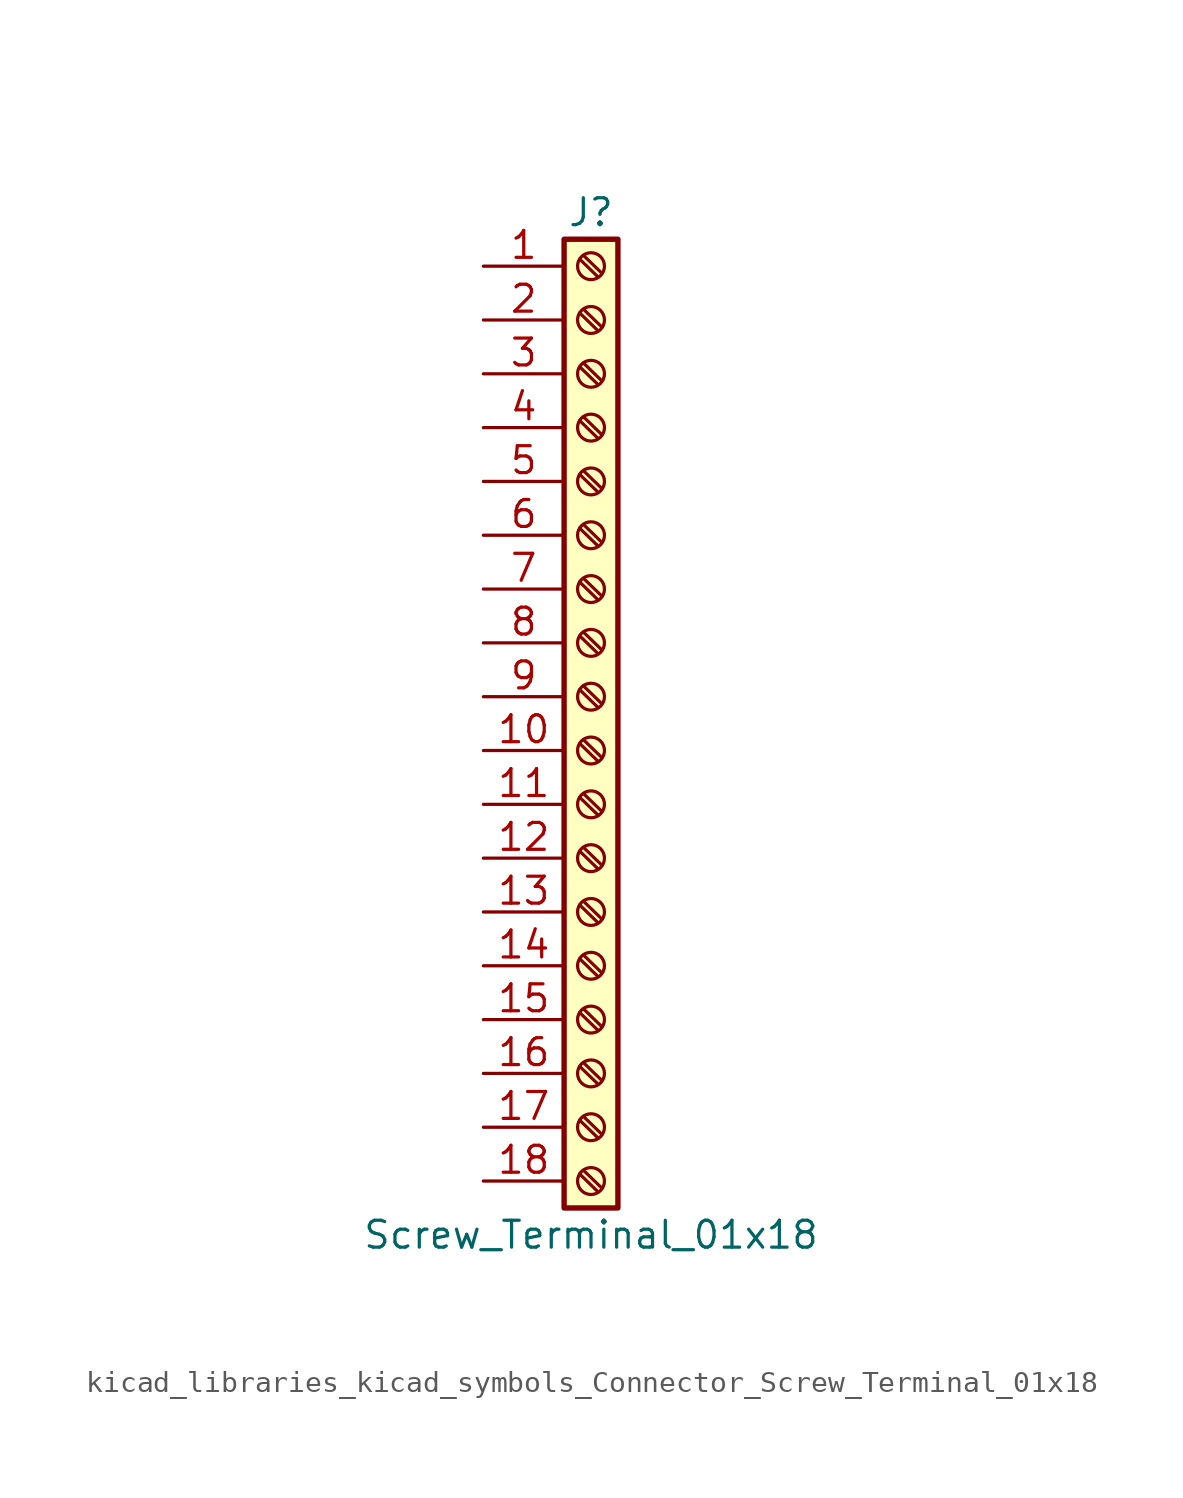
<source format=kicad_sym>
(kicad_symbol_lib
  (version 20220914)
  (generator kicad_symbol_editor)
  (symbol "kicad_libraries_kicad_symbols_Connector_Screw_Terminal_01x18"
    (pin_names
      (offset 1.016) hide)
    (property "Reference" "J"
      (at 0 22.86 0)
      (effects (font (size 1.27 1.27))))
    (property "Value" "Screw_Terminal_01x18"
      (at 0 -25.4 0)
      (effects (font (size 1.27 1.27))))
    (symbol "kicad_libraries_kicad_symbols_Connector_Screw_Terminal_01x18_1_1"
      (rectangle (start -1.27 21.59) (end 1.27 -24.13) (stroke (width 0.254) (type default)) (fill (type background)))
      (circle (center 0 -22.86) (radius 0.635) (stroke (width 0.152) (type default)) (fill (type none)))
      (circle (center 0 -20.32) (radius 0.635) (stroke (width 0.152) (type default)) (fill (type none)))
      (circle (center 0 -17.78) (radius 0.635) (stroke (width 0.152) (type default)) (fill (type none)))
      (circle (center 0 -15.24) (radius 0.635) (stroke (width 0.152) (type default)) (fill (type none)))
      (circle (center 0 -12.7) (radius 0.635) (stroke (width 0.152) (type default)) (fill (type none)))
      (circle (center 0 -10.16) (radius 0.635) (stroke (width 0.152) (type default)) (fill (type none)))
      (circle (center 0 -7.62) (radius 0.635) (stroke (width 0.152) (type default)) (fill (type none)))
      (circle (center 0 -5.08) (radius 0.635) (stroke (width 0.152) (type default)) (fill (type none)))
      (circle (center 0 -2.54) (radius 0.635) (stroke (width 0.152) (type default)) (fill (type none)))
      (polyline (pts (xy -0.533 -22.53) (xy 0.33 -23.368)) (stroke (width 0.152) (type default)) (fill (type none)))
      (polyline (pts (xy -0.533 -19.99) (xy 0.33 -20.828)) (stroke (width 0.152) (type default)) (fill (type none)))
      (polyline (pts (xy -0.533 -17.45) (xy 0.33 -18.288)) (stroke (width 0.152) (type default)) (fill (type none)))
      (polyline (pts (xy -0.533 -14.91) (xy 0.33 -15.748)) (stroke (width 0.152) (type default)) (fill (type none)))
      (polyline (pts (xy -0.533 -12.37) (xy 0.33 -13.208)) (stroke (width 0.152) (type default)) (fill (type none)))
      (polyline (pts (xy -0.533 -9.83) (xy 0.33 -10.668)) (stroke (width 0.152) (type default)) (fill (type none)))
      (polyline (pts (xy -0.533 -7.29) (xy 0.33 -8.128)) (stroke (width 0.152) (type default)) (fill (type none)))
      (polyline (pts (xy -0.533 -4.75) (xy 0.33 -5.588)) (stroke (width 0.152) (type default)) (fill (type none)))
      (polyline (pts (xy -0.533 -2.21) (xy 0.33 -3.048)) (stroke (width 0.152) (type default)) (fill (type none)))
      (polyline (pts (xy -0.533 0.33) (xy 0.33 -0.508)) (stroke (width 0.152) (type default)) (fill (type none)))
      (polyline (pts (xy -0.533 2.87) (xy 0.33 2.032)) (stroke (width 0.152) (type default)) (fill (type none)))
      (polyline (pts (xy -0.533 5.41) (xy 0.33 4.572)) (stroke (width 0.152) (type default)) (fill (type none)))
      (polyline (pts (xy -0.533 7.95) (xy 0.33 7.112)) (stroke (width 0.152) (type default)) (fill (type none)))
      (polyline (pts (xy -0.533 10.49) (xy 0.33 9.652)) (stroke (width 0.152) (type default)) (fill (type none)))
      (polyline (pts (xy -0.533 13.03) (xy 0.33 12.192)) (stroke (width 0.152) (type default)) (fill (type none)))
      (polyline (pts (xy -0.533 15.57) (xy 0.33 14.732)) (stroke (width 0.152) (type default)) (fill (type none)))
      (polyline (pts (xy -0.533 18.11) (xy 0.33 17.272)) (stroke (width 0.152) (type default)) (fill (type none)))
      (polyline (pts (xy -0.533 20.65) (xy 0.33 19.812)) (stroke (width 0.152) (type default)) (fill (type none)))
      (polyline (pts (xy -0.356 -22.352) (xy 0.508 -23.19)) (stroke (width 0.152) (type default)) (fill (type none)))
      (polyline (pts (xy -0.356 -19.812) (xy 0.508 -20.65)) (stroke (width 0.152) (type default)) (fill (type none)))
      (polyline (pts (xy -0.356 -17.272) (xy 0.508 -18.11)) (stroke (width 0.152) (type default)) (fill (type none)))
      (polyline (pts (xy -0.356 -14.732) (xy 0.508 -15.57)) (stroke (width 0.152) (type default)) (fill (type none)))
      (polyline (pts (xy -0.356 -12.192) (xy 0.508 -13.03)) (stroke (width 0.152) (type default)) (fill (type none)))
      (polyline (pts (xy -0.356 -9.652) (xy 0.508 -10.49)) (stroke (width 0.152) (type default)) (fill (type none)))
      (polyline (pts (xy -0.356 -7.112) (xy 0.508 -7.95)) (stroke (width 0.152) (type default)) (fill (type none)))
      (polyline (pts (xy -0.356 -4.572) (xy 0.508 -5.41)) (stroke (width 0.152) (type default)) (fill (type none)))
      (polyline (pts (xy -0.356 -2.032) (xy 0.508 -2.87)) (stroke (width 0.152) (type default)) (fill (type none)))
      (polyline (pts (xy -0.356 0.508) (xy 0.508 -0.33)) (stroke (width 0.152) (type default)) (fill (type none)))
      (polyline (pts (xy -0.356 3.048) (xy 0.508 2.21)) (stroke (width 0.152) (type default)) (fill (type none)))
      (polyline (pts (xy -0.356 5.588) (xy 0.508 4.75)) (stroke (width 0.152) (type default)) (fill (type none)))
      (polyline (pts (xy -0.356 8.128) (xy 0.508 7.29)) (stroke (width 0.152) (type default)) (fill (type none)))
      (polyline (pts (xy -0.356 10.668) (xy 0.508 9.83)) (stroke (width 0.152) (type default)) (fill (type none)))
      (polyline (pts (xy -0.356 13.208) (xy 0.508 12.37)) (stroke (width 0.152) (type default)) (fill (type none)))
      (polyline (pts (xy -0.356 15.748) (xy 0.508 14.91)) (stroke (width 0.152) (type default)) (fill (type none)))
      (polyline (pts (xy -0.356 18.288) (xy 0.508 17.45)) (stroke (width 0.152) (type default)) (fill (type none)))
      (polyline (pts (xy -0.356 20.828) (xy 0.508 19.99)) (stroke (width 0.152) (type default)) (fill (type none)))
      (circle (center 0 0) (radius 0.635) (stroke (width 0.152) (type default)) (fill (type none)))
      (circle (center 0 2.54) (radius 0.635) (stroke (width 0.152) (type default)) (fill (type none)))
      (circle (center 0 5.08) (radius 0.635) (stroke (width 0.152) (type default)) (fill (type none)))
      (circle (center 0 7.62) (radius 0.635) (stroke (width 0.152) (type default)) (fill (type none)))
      (circle (center 0 10.16) (radius 0.635) (stroke (width 0.152) (type default)) (fill (type none)))
      (circle (center 0 12.7) (radius 0.635) (stroke (width 0.152) (type default)) (fill (type none)))
      (circle (center 0 15.24) (radius 0.635) (stroke (width 0.152) (type default)) (fill (type none)))
      (circle (center 0 17.78) (radius 0.635) (stroke (width 0.152) (type default)) (fill (type none)))
      (circle (center 0 20.32) (radius 0.635) (stroke (width 0.152) (type default)) (fill (type none)))
      (pin passive line (at -5.08 20.32 0) (length 3.81) (name "Pin_1" (effects (font (size 1.27 1.27)))) (number "1" (effects (font (size 1.27 1.27)))))
      (pin passive line (at -5.08 -2.54 0) (length 3.81) (name "Pin_10" (effects (font (size 1.27 1.27)))) (number "10" (effects (font (size 1.27 1.27)))))
      (pin passive line (at -5.08 -5.08 0) (length 3.81) (name "Pin_11" (effects (font (size 1.27 1.27)))) (number "11" (effects (font (size 1.27 1.27)))))
      (pin passive line (at -5.08 -7.62 0) (length 3.81) (name "Pin_12" (effects (font (size 1.27 1.27)))) (number "12" (effects (font (size 1.27 1.27)))))
      (pin passive line (at -5.08 -10.16 0) (length 3.81) (name "Pin_13" (effects (font (size 1.27 1.27)))) (number "13" (effects (font (size 1.27 1.27)))))
      (pin passive line (at -5.08 -12.7 0) (length 3.81) (name "Pin_14" (effects (font (size 1.27 1.27)))) (number "14" (effects (font (size 1.27 1.27)))))
      (pin passive line (at -5.08 -15.24 0) (length 3.81) (name "Pin_15" (effects (font (size 1.27 1.27)))) (number "15" (effects (font (size 1.27 1.27)))))
      (pin passive line (at -5.08 -17.78 0) (length 3.81) (name "Pin_16" (effects (font (size 1.27 1.27)))) (number "16" (effects (font (size 1.27 1.27)))))
      (pin passive line (at -5.08 -20.32 0) (length 3.81) (name "Pin_17" (effects (font (size 1.27 1.27)))) (number "17" (effects (font (size 1.27 1.27)))))
      (pin passive line (at -5.08 -22.86 0) (length 3.81) (name "Pin_18" (effects (font (size 1.27 1.27)))) (number "18" (effects (font (size 1.27 1.27)))))
      (pin passive line (at -5.08 17.78 0) (length 3.81) (name "Pin_2" (effects (font (size 1.27 1.27)))) (number "2" (effects (font (size 1.27 1.27)))))
      (pin passive line (at -5.08 15.24 0) (length 3.81) (name "Pin_3" (effects (font (size 1.27 1.27)))) (number "3" (effects (font (size 1.27 1.27)))))
      (pin passive line (at -5.08 12.7 0) (length 3.81) (name "Pin_4" (effects (font (size 1.27 1.27)))) (number "4" (effects (font (size 1.27 1.27)))))
      (pin passive line (at -5.08 10.16 0) (length 3.81) (name "Pin_5" (effects (font (size 1.27 1.27)))) (number "5" (effects (font (size 1.27 1.27)))))
      (pin passive line (at -5.08 7.62 0) (length 3.81) (name "Pin_6" (effects (font (size 1.27 1.27)))) (number "6" (effects (font (size 1.27 1.27)))))
      (pin passive line (at -5.08 5.08 0) (length 3.81) (name "Pin_7" (effects (font (size 1.27 1.27)))) (number "7" (effects (font (size 1.27 1.27)))))
      (pin passive line (at -5.08 2.54 0) (length 3.81) (name "Pin_8" (effects (font (size 1.27 1.27)))) (number "8" (effects (font (size 1.27 1.27)))))
      (pin passive line (at -5.08 0 0) (length 3.81) (name "Pin_9" (effects (font (size 1.27 1.27)))) (number "9" (effects (font (size 1.27 1.27))))))))
</source>
